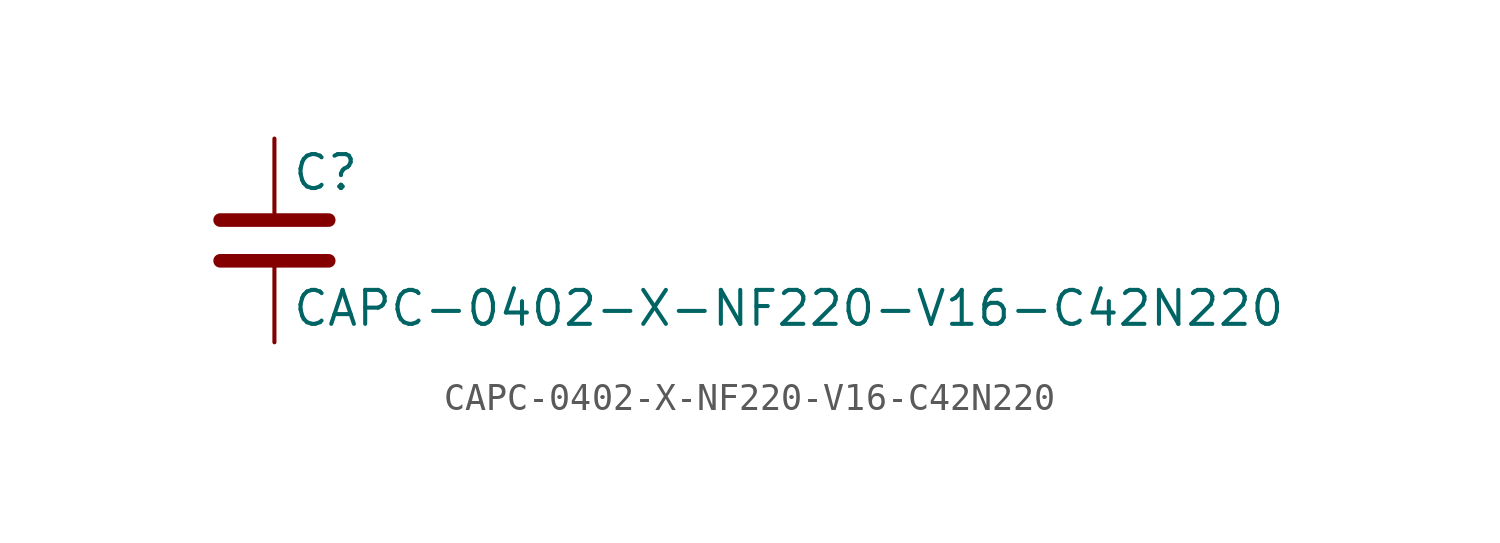
<source format=kicad_sym>
(kicad_symbol_lib
  (version 20211014)
  (generator kicad_symbol_editor)
  (symbol "CAPC-0402-X-NF220-V16-C42N220"
    (pin_numbers hide)
    (pin_names
      (offset 0.254))
    (property "Reference" "C"
      (at 0.635 2.54 0)
      (effects (font (size 1.27 1.27)) (justify left)))
    (property "Value" "CAPC-0402-X-NF220-V16-C42N220"
      (at 0.635 -2.54 0)
      (effects (font (size 1.27 1.27)) (justify left)))
    (symbol "CAPC-0402-X-NF220-V16-C42N220_0_1"
      (polyline (pts (xy -2.032 -0.762) (xy 2.032 -0.762)) (stroke (width 0.508) (type default) (color 0 0 0 0)) (fill (type none)))
      (polyline (pts (xy -2.032 0.762) (xy 2.032 0.762)) (stroke (width 0.508) (type default) (color 0 0 0 0)) (fill (type none))))
    (symbol "CAPC-0402-X-NF220-V16-C42N220_1_1"
      (pin passive line (at 0 3.81 270) (length 2.794) (name "~" (effects (font (size 1.27 1.27)))) (number "1" (effects (font (size 1.27 1.27)))))
      (pin passive line (at 0 -3.81 90) (length 2.794) (name "~" (effects (font (size 1.27 1.27)))) (number "2" (effects (font (size 1.27 1.27))))))))
</source>
